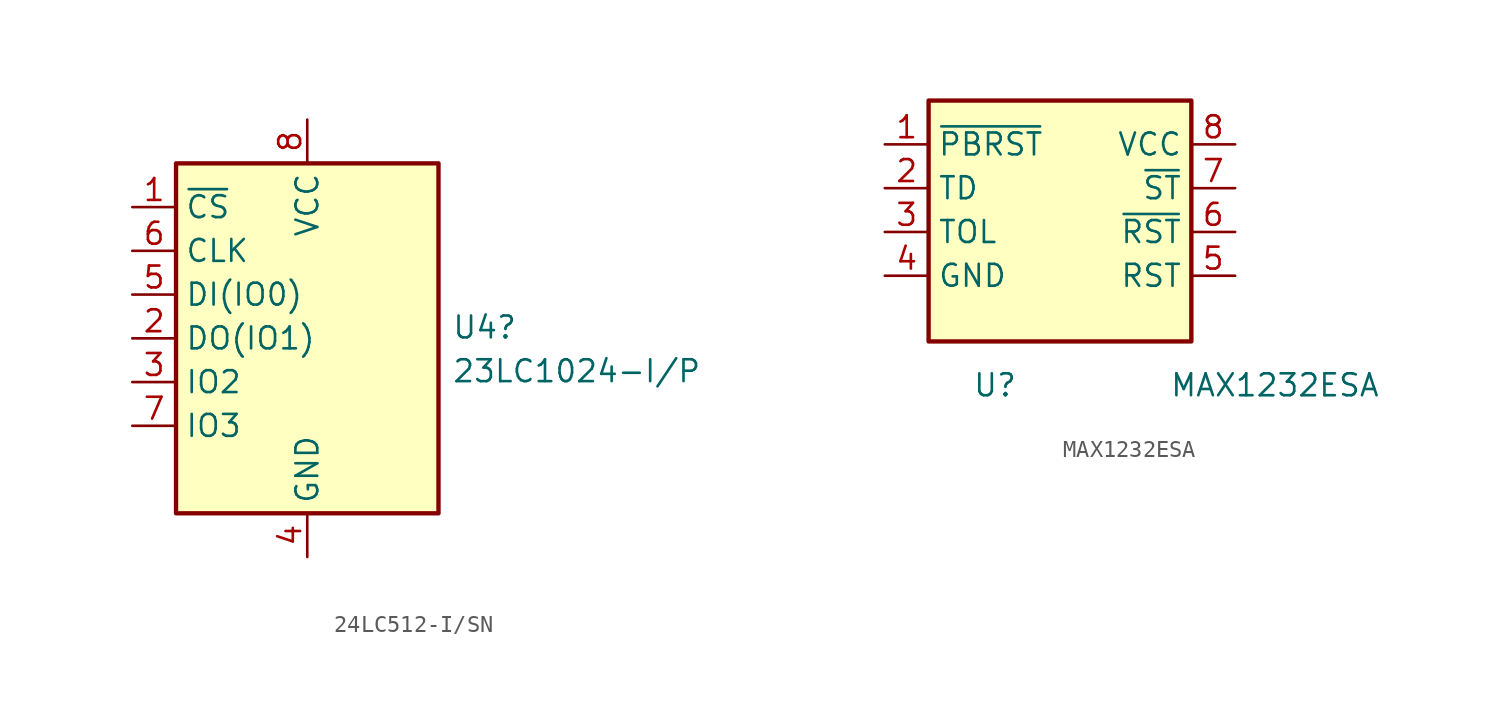
<source format=kicad_sym>
(kicad_symbol_lib
  (version 20220914)
  (generator kicad_symbol_editor)
  (symbol "24LC512-I/SN"
    (property "Reference" "U4"
      (at 8.382 0.635 0)
      (effects (font (size 1.27 1.27)) (justify left)))
    (property "Value" "23LC1024-I/P "
      (at 8.382 -1.905 0)
      (effects (font (size 1.27 1.27)) (justify left)))
    (symbol "24LC512-I/SN_0_1"
      (rectangle (start -7.62 10.16) (end 7.62 -10.16) (stroke (width 0.254) (type default)) (fill (type background))))
    (symbol "24LC512-I/SN_1_1"
      (pin input line (at -10.16 7.62 0) (length 2.54) (name "~{CS}" (effects (font (size 1.27 1.27)))) (number "1" (effects (font (size 1.27 1.27)))))
      (pin bidirectional line (at -10.16 0 0) (length 2.54) (name "DO(IO1)" (effects (font (size 1.27 1.27)))) (number "2" (effects (font (size 1.27 1.27)))))
      (pin bidirectional line (at -10.16 -2.54 0) (length 2.54) (name "IO2" (effects (font (size 1.27 1.27)))) (number "3" (effects (font (size 1.27 1.27)))))
      (pin power_in line (at 0 -12.7 90) (length 2.54) (name "GND" (effects (font (size 1.27 1.27)))) (number "4" (effects (font (size 1.27 1.27)))))
      (pin bidirectional line (at -10.16 2.54 0) (length 2.54) (name "DI(IO0)" (effects (font (size 1.27 1.27)))) (number "5" (effects (font (size 1.27 1.27)))))
      (pin input line (at -10.16 5.08 0) (length 2.54) (name "CLK" (effects (font (size 1.27 1.27)))) (number "6" (effects (font (size 1.27 1.27)))))
      (pin bidirectional line (at -10.16 -5.08 0) (length 2.54) (name "IO3" (effects (font (size 1.27 1.27)))) (number "7" (effects (font (size 1.27 1.27)))))
      (pin power_in line (at 0 12.7 270) (length 2.54) (name "VCC" (effects (font (size 1.27 1.27)))) (number "8" (effects (font (size 1.27 1.27)))))))
  (symbol "MAX1232ESA"
    (property "Reference" "U"
      (at -5.08 -6.35 0)
      (effects (font (size 1.27 1.27)) (justify left)))
    (property "Value" "MAX1232ESA"
      (at 6.35 -6.35 0)
      (effects (font (size 1.27 1.27)) (justify left)))
    (symbol "MAX1232ESA_0_1"
      (rectangle (start -7.62 10.16) (end 7.62 -3.81) (stroke (width 0.254) (type default)) (fill (type background))))
    (symbol "MAX1232ESA_1_1"
      (pin input line (at -10.16 7.62 0) (length 2.54) (name "~{PBRST}" (effects (font (size 1.27 1.27)))) (number "1" (effects (font (size 1.27 1.27)))))
      (pin input line (at -10.16 5.08 0) (length 2.54) (name "TD" (effects (font (size 1.27 1.27)))) (number "2" (effects (font (size 1.27 1.27)))))
      (pin bidirectional line (at -10.16 2.54 0) (length 2.54) (name "TOL" (effects (font (size 1.27 1.27)))) (number "3" (effects (font (size 1.27 1.27)))))
      (pin power_in line (at -10.16 0 0) (length 2.54) (name "GND" (effects (font (size 1.27 1.27)))) (number "4" (effects (font (size 1.27 1.27)))))
      (pin output line (at 10.16 0 180) (length 2.54) (name "RST" (effects (font (size 1.27 1.27)))) (number "5" (effects (font (size 1.27 1.27)))))
      (pin output line (at 10.16 2.54 180) (length 2.54) (name "~{RST}" (effects (font (size 1.27 1.27)))) (number "6" (effects (font (size 1.27 1.27)))))
      (pin input line (at 10.16 5.08 180) (length 2.54) (name "~{ST}" (effects (font (size 1.27 1.27)))) (number "7" (effects (font (size 1.27 1.27)))))
      (pin power_in line (at 10.16 7.62 180) (length 2.54) (name "VCC" (effects (font (size 1.27 1.27)))) (number "8" (effects (font (size 1.27 1.27))))))))
</source>
